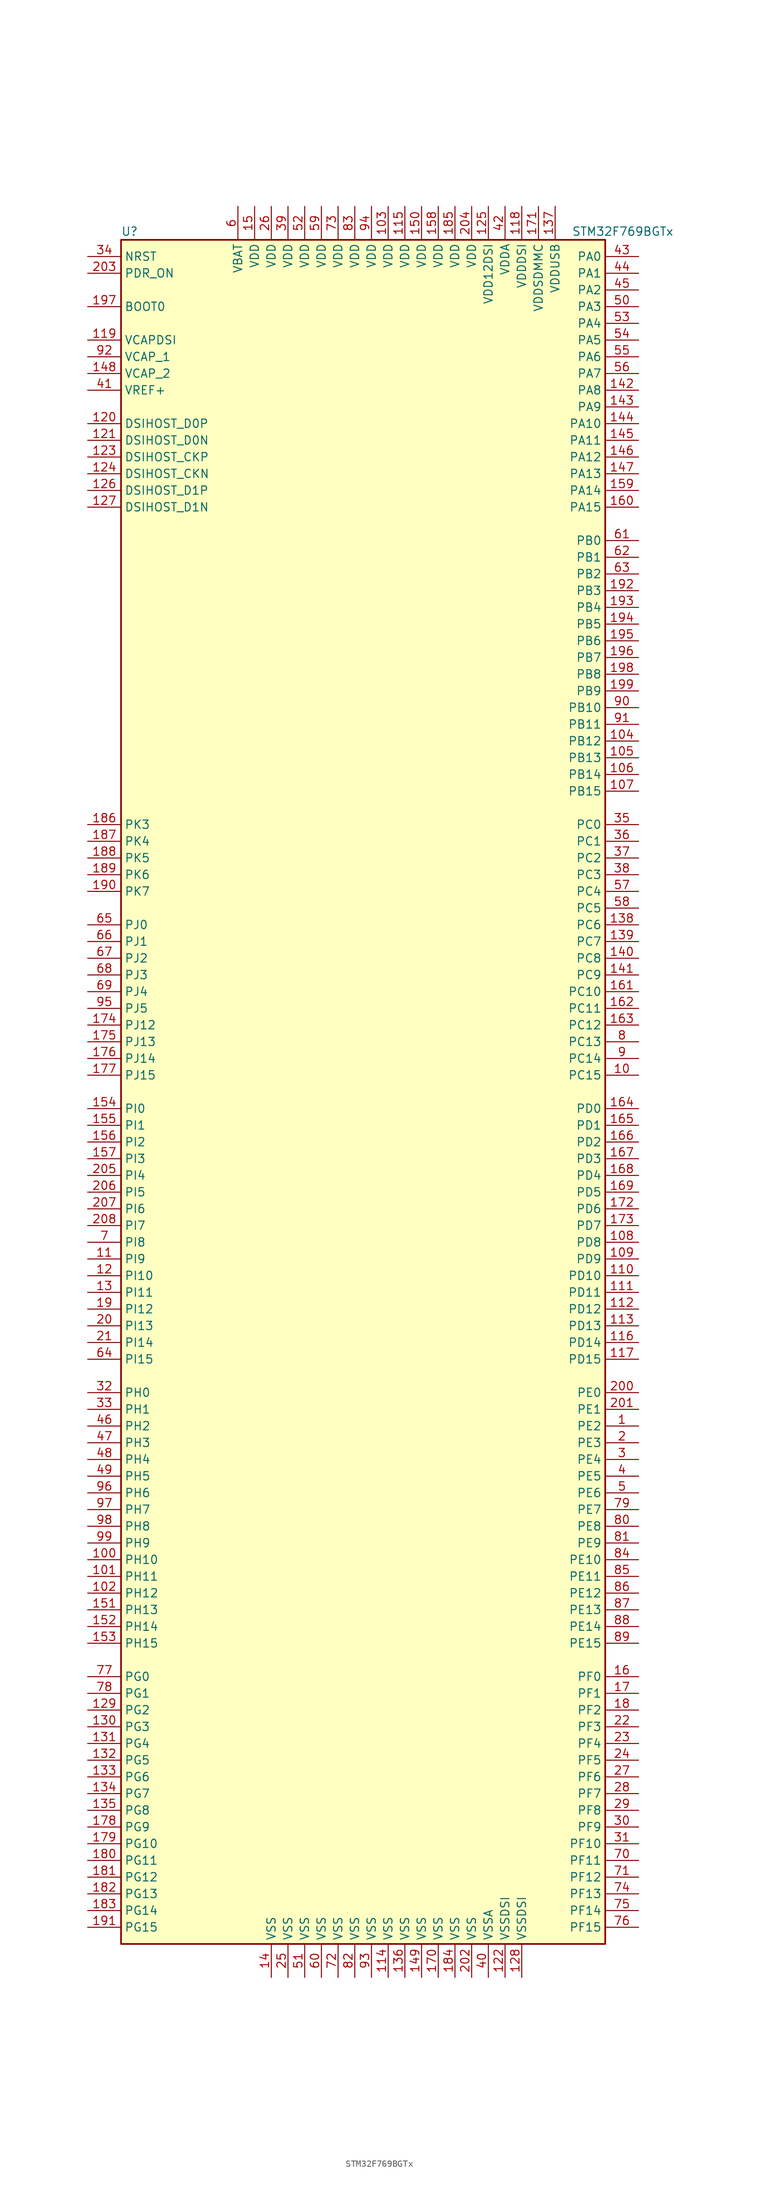
<source format=kicad_sym>
(kicad_symbol_lib
  (version 20201005)
  (generator kicad_symbol_editor)
  (symbol "STM32F769BGTx"
    (property "Reference" "U"
      (at -38.1 130.81 0)
      (effects (font (size 1.27 1.27)) (justify left)))
    (property "Value" "STM32F769BGTx"
      (at 30.48 130.81 0)
      (effects (font (size 1.27 1.27)) (justify left)))
    (symbol "STM32F769BGTx_0_1"
      (rectangle (start -38.1 -129.54) (end 35.56 129.54) (stroke (width 0.254)) (fill (type background))))
    (symbol "STM32F769BGTx_1_1"
      (pin input line (at -43.18 119.38 0) (length 5.08) (name "BOOT0" (effects (font (size 1.27 1.27)))) (number "197" (effects (font (size 1.27 1.27)))))
      (pin bidirectional line (at -43.18 93.98 0) (length 5.08) (name "DSIHOST_CKN" (effects (font (size 1.27 1.27)))) (number "124" (effects (font (size 1.27 1.27)))))
      (pin bidirectional line (at -43.18 96.52 0) (length 5.08) (name "DSIHOST_CKP" (effects (font (size 1.27 1.27)))) (number "123" (effects (font (size 1.27 1.27)))))
      (pin bidirectional line (at -43.18 99.06 0) (length 5.08) (name "DSIHOST_D0N" (effects (font (size 1.27 1.27)))) (number "121" (effects (font (size 1.27 1.27)))))
      (pin bidirectional line (at -43.18 101.6 0) (length 5.08) (name "DSIHOST_D0P" (effects (font (size 1.27 1.27)))) (number "120" (effects (font (size 1.27 1.27)))))
      (pin bidirectional line (at -43.18 88.9 0) (length 5.08) (name "DSIHOST_D1N" (effects (font (size 1.27 1.27)))) (number "127" (effects (font (size 1.27 1.27)))))
      (pin bidirectional line (at -43.18 91.44 0) (length 5.08) (name "DSIHOST_D1P" (effects (font (size 1.27 1.27)))) (number "126" (effects (font (size 1.27 1.27)))))
      (pin input line (at -43.18 127 0) (length 5.08) (name "NRST" (effects (font (size 1.27 1.27)))) (number "34" (effects (font (size 1.27 1.27)))))
      (pin bidirectional line (at 40.64 127 180) (length 5.08) (name "PA0" (effects (font (size 1.27 1.27)))) (number "43" (effects (font (size 1.27 1.27)))))
      (pin bidirectional line (at 40.64 124.46 180) (length 5.08) (name "PA1" (effects (font (size 1.27 1.27)))) (number "44" (effects (font (size 1.27 1.27)))))
      (pin bidirectional line (at 40.64 101.6 180) (length 5.08) (name "PA10" (effects (font (size 1.27 1.27)))) (number "144" (effects (font (size 1.27 1.27)))))
      (pin bidirectional line (at 40.64 99.06 180) (length 5.08) (name "PA11" (effects (font (size 1.27 1.27)))) (number "145" (effects (font (size 1.27 1.27)))))
      (pin bidirectional line (at 40.64 96.52 180) (length 5.08) (name "PA12" (effects (font (size 1.27 1.27)))) (number "146" (effects (font (size 1.27 1.27)))))
      (pin bidirectional line (at 40.64 93.98 180) (length 5.08) (name "PA13" (effects (font (size 1.27 1.27)))) (number "147" (effects (font (size 1.27 1.27)))))
      (pin bidirectional line (at 40.64 91.44 180) (length 5.08) (name "PA14" (effects (font (size 1.27 1.27)))) (number "159" (effects (font (size 1.27 1.27)))))
      (pin bidirectional line (at 40.64 88.9 180) (length 5.08) (name "PA15" (effects (font (size 1.27 1.27)))) (number "160" (effects (font (size 1.27 1.27)))))
      (pin bidirectional line (at 40.64 121.92 180) (length 5.08) (name "PA2" (effects (font (size 1.27 1.27)))) (number "45" (effects (font (size 1.27 1.27)))))
      (pin bidirectional line (at 40.64 119.38 180) (length 5.08) (name "PA3" (effects (font (size 1.27 1.27)))) (number "50" (effects (font (size 1.27 1.27)))))
      (pin bidirectional line (at 40.64 116.84 180) (length 5.08) (name "PA4" (effects (font (size 1.27 1.27)))) (number "53" (effects (font (size 1.27 1.27)))))
      (pin bidirectional line (at 40.64 114.3 180) (length 5.08) (name "PA5" (effects (font (size 1.27 1.27)))) (number "54" (effects (font (size 1.27 1.27)))))
      (pin bidirectional line (at 40.64 111.76 180) (length 5.08) (name "PA6" (effects (font (size 1.27 1.27)))) (number "55" (effects (font (size 1.27 1.27)))))
      (pin bidirectional line (at 40.64 109.22 180) (length 5.08) (name "PA7" (effects (font (size 1.27 1.27)))) (number "56" (effects (font (size 1.27 1.27)))))
      (pin bidirectional line (at 40.64 106.68 180) (length 5.08) (name "PA8" (effects (font (size 1.27 1.27)))) (number "142" (effects (font (size 1.27 1.27)))))
      (pin bidirectional line (at 40.64 104.14 180) (length 5.08) (name "PA9" (effects (font (size 1.27 1.27)))) (number "143" (effects (font (size 1.27 1.27)))))
      (pin bidirectional line (at 40.64 83.82 180) (length 5.08) (name "PB0" (effects (font (size 1.27 1.27)))) (number "61" (effects (font (size 1.27 1.27)))))
      (pin bidirectional line (at 40.64 81.28 180) (length 5.08) (name "PB1" (effects (font (size 1.27 1.27)))) (number "62" (effects (font (size 1.27 1.27)))))
      (pin bidirectional line (at 40.64 58.42 180) (length 5.08) (name "PB10" (effects (font (size 1.27 1.27)))) (number "90" (effects (font (size 1.27 1.27)))))
      (pin bidirectional line (at 40.64 55.88 180) (length 5.08) (name "PB11" (effects (font (size 1.27 1.27)))) (number "91" (effects (font (size 1.27 1.27)))))
      (pin bidirectional line (at 40.64 53.34 180) (length 5.08) (name "PB12" (effects (font (size 1.27 1.27)))) (number "104" (effects (font (size 1.27 1.27)))))
      (pin bidirectional line (at 40.64 50.8 180) (length 5.08) (name "PB13" (effects (font (size 1.27 1.27)))) (number "105" (effects (font (size 1.27 1.27)))))
      (pin bidirectional line (at 40.64 48.26 180) (length 5.08) (name "PB14" (effects (font (size 1.27 1.27)))) (number "106" (effects (font (size 1.27 1.27)))))
      (pin bidirectional line (at 40.64 45.72 180) (length 5.08) (name "PB15" (effects (font (size 1.27 1.27)))) (number "107" (effects (font (size 1.27 1.27)))))
      (pin bidirectional line (at 40.64 78.74 180) (length 5.08) (name "PB2" (effects (font (size 1.27 1.27)))) (number "63" (effects (font (size 1.27 1.27)))))
      (pin bidirectional line (at 40.64 76.2 180) (length 5.08) (name "PB3" (effects (font (size 1.27 1.27)))) (number "192" (effects (font (size 1.27 1.27)))))
      (pin bidirectional line (at 40.64 73.66 180) (length 5.08) (name "PB4" (effects (font (size 1.27 1.27)))) (number "193" (effects (font (size 1.27 1.27)))))
      (pin bidirectional line (at 40.64 71.12 180) (length 5.08) (name "PB5" (effects (font (size 1.27 1.27)))) (number "194" (effects (font (size 1.27 1.27)))))
      (pin bidirectional line (at 40.64 68.58 180) (length 5.08) (name "PB6" (effects (font (size 1.27 1.27)))) (number "195" (effects (font (size 1.27 1.27)))))
      (pin bidirectional line (at 40.64 66.04 180) (length 5.08) (name "PB7" (effects (font (size 1.27 1.27)))) (number "196" (effects (font (size 1.27 1.27)))))
      (pin bidirectional line (at 40.64 63.5 180) (length 5.08) (name "PB8" (effects (font (size 1.27 1.27)))) (number "198" (effects (font (size 1.27 1.27)))))
      (pin bidirectional line (at 40.64 60.96 180) (length 5.08) (name "PB9" (effects (font (size 1.27 1.27)))) (number "199" (effects (font (size 1.27 1.27)))))
      (pin bidirectional line (at 40.64 40.64 180) (length 5.08) (name "PC0" (effects (font (size 1.27 1.27)))) (number "35" (effects (font (size 1.27 1.27)))))
      (pin bidirectional line (at 40.64 38.1 180) (length 5.08) (name "PC1" (effects (font (size 1.27 1.27)))) (number "36" (effects (font (size 1.27 1.27)))))
      (pin bidirectional line (at 40.64 15.24 180) (length 5.08) (name "PC10" (effects (font (size 1.27 1.27)))) (number "161" (effects (font (size 1.27 1.27)))))
      (pin bidirectional line (at 40.64 12.7 180) (length 5.08) (name "PC11" (effects (font (size 1.27 1.27)))) (number "162" (effects (font (size 1.27 1.27)))))
      (pin bidirectional line (at 40.64 10.16 180) (length 5.08) (name "PC12" (effects (font (size 1.27 1.27)))) (number "163" (effects (font (size 1.27 1.27)))))
      (pin bidirectional line (at 40.64 7.62 180) (length 5.08) (name "PC13" (effects (font (size 1.27 1.27)))) (number "8" (effects (font (size 1.27 1.27)))))
      (pin bidirectional line (at 40.64 5.08 180) (length 5.08) (name "PC14" (effects (font (size 1.27 1.27)))) (number "9" (effects (font (size 1.27 1.27)))))
      (pin bidirectional line (at 40.64 2.54 180) (length 5.08) (name "PC15" (effects (font (size 1.27 1.27)))) (number "10" (effects (font (size 1.27 1.27)))))
      (pin bidirectional line (at 40.64 35.56 180) (length 5.08) (name "PC2" (effects (font (size 1.27 1.27)))) (number "37" (effects (font (size 1.27 1.27)))))
      (pin bidirectional line (at 40.64 33.02 180) (length 5.08) (name "PC3" (effects (font (size 1.27 1.27)))) (number "38" (effects (font (size 1.27 1.27)))))
      (pin bidirectional line (at 40.64 30.48 180) (length 5.08) (name "PC4" (effects (font (size 1.27 1.27)))) (number "57" (effects (font (size 1.27 1.27)))))
      (pin bidirectional line (at 40.64 27.94 180) (length 5.08) (name "PC5" (effects (font (size 1.27 1.27)))) (number "58" (effects (font (size 1.27 1.27)))))
      (pin bidirectional line (at 40.64 25.4 180) (length 5.08) (name "PC6" (effects (font (size 1.27 1.27)))) (number "138" (effects (font (size 1.27 1.27)))))
      (pin bidirectional line (at 40.64 22.86 180) (length 5.08) (name "PC7" (effects (font (size 1.27 1.27)))) (number "139" (effects (font (size 1.27 1.27)))))
      (pin bidirectional line (at 40.64 20.32 180) (length 5.08) (name "PC8" (effects (font (size 1.27 1.27)))) (number "140" (effects (font (size 1.27 1.27)))))
      (pin bidirectional line (at 40.64 17.78 180) (length 5.08) (name "PC9" (effects (font (size 1.27 1.27)))) (number "141" (effects (font (size 1.27 1.27)))))
      (pin bidirectional line (at 40.64 -2.54 180) (length 5.08) (name "PD0" (effects (font (size 1.27 1.27)))) (number "164" (effects (font (size 1.27 1.27)))))
      (pin bidirectional line (at 40.64 -5.08 180) (length 5.08) (name "PD1" (effects (font (size 1.27 1.27)))) (number "165" (effects (font (size 1.27 1.27)))))
      (pin bidirectional line (at 40.64 -27.94 180) (length 5.08) (name "PD10" (effects (font (size 1.27 1.27)))) (number "110" (effects (font (size 1.27 1.27)))))
      (pin bidirectional line (at 40.64 -30.48 180) (length 5.08) (name "PD11" (effects (font (size 1.27 1.27)))) (number "111" (effects (font (size 1.27 1.27)))))
      (pin bidirectional line (at 40.64 -33.02 180) (length 5.08) (name "PD12" (effects (font (size 1.27 1.27)))) (number "112" (effects (font (size 1.27 1.27)))))
      (pin bidirectional line (at 40.64 -35.56 180) (length 5.08) (name "PD13" (effects (font (size 1.27 1.27)))) (number "113" (effects (font (size 1.27 1.27)))))
      (pin bidirectional line (at 40.64 -38.1 180) (length 5.08) (name "PD14" (effects (font (size 1.27 1.27)))) (number "116" (effects (font (size 1.27 1.27)))))
      (pin bidirectional line (at 40.64 -40.64 180) (length 5.08) (name "PD15" (effects (font (size 1.27 1.27)))) (number "117" (effects (font (size 1.27 1.27)))))
      (pin bidirectional line (at 40.64 -7.62 180) (length 5.08) (name "PD2" (effects (font (size 1.27 1.27)))) (number "166" (effects (font (size 1.27 1.27)))))
      (pin bidirectional line (at 40.64 -10.16 180) (length 5.08) (name "PD3" (effects (font (size 1.27 1.27)))) (number "167" (effects (font (size 1.27 1.27)))))
      (pin bidirectional line (at 40.64 -12.7 180) (length 5.08) (name "PD4" (effects (font (size 1.27 1.27)))) (number "168" (effects (font (size 1.27 1.27)))))
      (pin bidirectional line (at 40.64 -15.24 180) (length 5.08) (name "PD5" (effects (font (size 1.27 1.27)))) (number "169" (effects (font (size 1.27 1.27)))))
      (pin bidirectional line (at 40.64 -17.78 180) (length 5.08) (name "PD6" (effects (font (size 1.27 1.27)))) (number "172" (effects (font (size 1.27 1.27)))))
      (pin bidirectional line (at 40.64 -20.32 180) (length 5.08) (name "PD7" (effects (font (size 1.27 1.27)))) (number "173" (effects (font (size 1.27 1.27)))))
      (pin bidirectional line (at 40.64 -22.86 180) (length 5.08) (name "PD8" (effects (font (size 1.27 1.27)))) (number "108" (effects (font (size 1.27 1.27)))))
      (pin bidirectional line (at 40.64 -25.4 180) (length 5.08) (name "PD9" (effects (font (size 1.27 1.27)))) (number "109" (effects (font (size 1.27 1.27)))))
      (pin input line (at -43.18 124.46 0) (length 5.08) (name "PDR_ON" (effects (font (size 1.27 1.27)))) (number "203" (effects (font (size 1.27 1.27)))))
      (pin bidirectional line (at 40.64 -45.72 180) (length 5.08) (name "PE0" (effects (font (size 1.27 1.27)))) (number "200" (effects (font (size 1.27 1.27)))))
      (pin bidirectional line (at 40.64 -48.26 180) (length 5.08) (name "PE1" (effects (font (size 1.27 1.27)))) (number "201" (effects (font (size 1.27 1.27)))))
      (pin bidirectional line (at 40.64 -71.12 180) (length 5.08) (name "PE10" (effects (font (size 1.27 1.27)))) (number "84" (effects (font (size 1.27 1.27)))))
      (pin bidirectional line (at 40.64 -73.66 180) (length 5.08) (name "PE11" (effects (font (size 1.27 1.27)))) (number "85" (effects (font (size 1.27 1.27)))))
      (pin bidirectional line (at 40.64 -76.2 180) (length 5.08) (name "PE12" (effects (font (size 1.27 1.27)))) (number "86" (effects (font (size 1.27 1.27)))))
      (pin bidirectional line (at 40.64 -78.74 180) (length 5.08) (name "PE13" (effects (font (size 1.27 1.27)))) (number "87" (effects (font (size 1.27 1.27)))))
      (pin bidirectional line (at 40.64 -81.28 180) (length 5.08) (name "PE14" (effects (font (size 1.27 1.27)))) (number "88" (effects (font (size 1.27 1.27)))))
      (pin bidirectional line (at 40.64 -83.82 180) (length 5.08) (name "PE15" (effects (font (size 1.27 1.27)))) (number "89" (effects (font (size 1.27 1.27)))))
      (pin bidirectional line (at 40.64 -50.8 180) (length 5.08) (name "PE2" (effects (font (size 1.27 1.27)))) (number "1" (effects (font (size 1.27 1.27)))))
      (pin bidirectional line (at 40.64 -53.34 180) (length 5.08) (name "PE3" (effects (font (size 1.27 1.27)))) (number "2" (effects (font (size 1.27 1.27)))))
      (pin bidirectional line (at 40.64 -55.88 180) (length 5.08) (name "PE4" (effects (font (size 1.27 1.27)))) (number "3" (effects (font (size 1.27 1.27)))))
      (pin bidirectional line (at 40.64 -58.42 180) (length 5.08) (name "PE5" (effects (font (size 1.27 1.27)))) (number "4" (effects (font (size 1.27 1.27)))))
      (pin bidirectional line (at 40.64 -60.96 180) (length 5.08) (name "PE6" (effects (font (size 1.27 1.27)))) (number "5" (effects (font (size 1.27 1.27)))))
      (pin bidirectional line (at 40.64 -63.5 180) (length 5.08) (name "PE7" (effects (font (size 1.27 1.27)))) (number "79" (effects (font (size 1.27 1.27)))))
      (pin bidirectional line (at 40.64 -66.04 180) (length 5.08) (name "PE8" (effects (font (size 1.27 1.27)))) (number "80" (effects (font (size 1.27 1.27)))))
      (pin bidirectional line (at 40.64 -68.58 180) (length 5.08) (name "PE9" (effects (font (size 1.27 1.27)))) (number "81" (effects (font (size 1.27 1.27)))))
      (pin bidirectional line (at 40.64 -88.9 180) (length 5.08) (name "PF0" (effects (font (size 1.27 1.27)))) (number "16" (effects (font (size 1.27 1.27)))))
      (pin bidirectional line (at 40.64 -91.44 180) (length 5.08) (name "PF1" (effects (font (size 1.27 1.27)))) (number "17" (effects (font (size 1.27 1.27)))))
      (pin bidirectional line (at 40.64 -114.3 180) (length 5.08) (name "PF10" (effects (font (size 1.27 1.27)))) (number "31" (effects (font (size 1.27 1.27)))))
      (pin bidirectional line (at 40.64 -116.84 180) (length 5.08) (name "PF11" (effects (font (size 1.27 1.27)))) (number "70" (effects (font (size 1.27 1.27)))))
      (pin bidirectional line (at 40.64 -119.38 180) (length 5.08) (name "PF12" (effects (font (size 1.27 1.27)))) (number "71" (effects (font (size 1.27 1.27)))))
      (pin bidirectional line (at 40.64 -121.92 180) (length 5.08) (name "PF13" (effects (font (size 1.27 1.27)))) (number "74" (effects (font (size 1.27 1.27)))))
      (pin bidirectional line (at 40.64 -124.46 180) (length 5.08) (name "PF14" (effects (font (size 1.27 1.27)))) (number "75" (effects (font (size 1.27 1.27)))))
      (pin bidirectional line (at 40.64 -127 180) (length 5.08) (name "PF15" (effects (font (size 1.27 1.27)))) (number "76" (effects (font (size 1.27 1.27)))))
      (pin bidirectional line (at 40.64 -93.98 180) (length 5.08) (name "PF2" (effects (font (size 1.27 1.27)))) (number "18" (effects (font (size 1.27 1.27)))))
      (pin bidirectional line (at 40.64 -96.52 180) (length 5.08) (name "PF3" (effects (font (size 1.27 1.27)))) (number "22" (effects (font (size 1.27 1.27)))))
      (pin bidirectional line (at 40.64 -99.06 180) (length 5.08) (name "PF4" (effects (font (size 1.27 1.27)))) (number "23" (effects (font (size 1.27 1.27)))))
      (pin bidirectional line (at 40.64 -101.6 180) (length 5.08) (name "PF5" (effects (font (size 1.27 1.27)))) (number "24" (effects (font (size 1.27 1.27)))))
      (pin bidirectional line (at 40.64 -104.14 180) (length 5.08) (name "PF6" (effects (font (size 1.27 1.27)))) (number "27" (effects (font (size 1.27 1.27)))))
      (pin bidirectional line (at 40.64 -106.68 180) (length 5.08) (name "PF7" (effects (font (size 1.27 1.27)))) (number "28" (effects (font (size 1.27 1.27)))))
      (pin bidirectional line (at 40.64 -109.22 180) (length 5.08) (name "PF8" (effects (font (size 1.27 1.27)))) (number "29" (effects (font (size 1.27 1.27)))))
      (pin bidirectional line (at 40.64 -111.76 180) (length 5.08) (name "PF9" (effects (font (size 1.27 1.27)))) (number "30" (effects (font (size 1.27 1.27)))))
      (pin bidirectional line (at -43.18 -88.9 0) (length 5.08) (name "PG0" (effects (font (size 1.27 1.27)))) (number "77" (effects (font (size 1.27 1.27)))))
      (pin bidirectional line (at -43.18 -91.44 0) (length 5.08) (name "PG1" (effects (font (size 1.27 1.27)))) (number "78" (effects (font (size 1.27 1.27)))))
      (pin bidirectional line (at -43.18 -114.3 0) (length 5.08) (name "PG10" (effects (font (size 1.27 1.27)))) (number "179" (effects (font (size 1.27 1.27)))))
      (pin bidirectional line (at -43.18 -116.84 0) (length 5.08) (name "PG11" (effects (font (size 1.27 1.27)))) (number "180" (effects (font (size 1.27 1.27)))))
      (pin bidirectional line (at -43.18 -119.38 0) (length 5.08) (name "PG12" (effects (font (size 1.27 1.27)))) (number "181" (effects (font (size 1.27 1.27)))))
      (pin bidirectional line (at -43.18 -121.92 0) (length 5.08) (name "PG13" (effects (font (size 1.27 1.27)))) (number "182" (effects (font (size 1.27 1.27)))))
      (pin bidirectional line (at -43.18 -124.46 0) (length 5.08) (name "PG14" (effects (font (size 1.27 1.27)))) (number "183" (effects (font (size 1.27 1.27)))))
      (pin bidirectional line (at -43.18 -127 0) (length 5.08) (name "PG15" (effects (font (size 1.27 1.27)))) (number "191" (effects (font (size 1.27 1.27)))))
      (pin bidirectional line (at -43.18 -93.98 0) (length 5.08) (name "PG2" (effects (font (size 1.27 1.27)))) (number "129" (effects (font (size 1.27 1.27)))))
      (pin bidirectional line (at -43.18 -96.52 0) (length 5.08) (name "PG3" (effects (font (size 1.27 1.27)))) (number "130" (effects (font (size 1.27 1.27)))))
      (pin bidirectional line (at -43.18 -99.06 0) (length 5.08) (name "PG4" (effects (font (size 1.27 1.27)))) (number "131" (effects (font (size 1.27 1.27)))))
      (pin bidirectional line (at -43.18 -101.6 0) (length 5.08) (name "PG5" (effects (font (size 1.27 1.27)))) (number "132" (effects (font (size 1.27 1.27)))))
      (pin bidirectional line (at -43.18 -104.14 0) (length 5.08) (name "PG6" (effects (font (size 1.27 1.27)))) (number "133" (effects (font (size 1.27 1.27)))))
      (pin bidirectional line (at -43.18 -106.68 0) (length 5.08) (name "PG7" (effects (font (size 1.27 1.27)))) (number "134" (effects (font (size 1.27 1.27)))))
      (pin bidirectional line (at -43.18 -109.22 0) (length 5.08) (name "PG8" (effects (font (size 1.27 1.27)))) (number "135" (effects (font (size 1.27 1.27)))))
      (pin bidirectional line (at -43.18 -111.76 0) (length 5.08) (name "PG9" (effects (font (size 1.27 1.27)))) (number "178" (effects (font (size 1.27 1.27)))))
      (pin input line (at -43.18 -45.72 0) (length 5.08) (name "PH0" (effects (font (size 1.27 1.27)))) (number "32" (effects (font (size 1.27 1.27)))))
      (pin input line (at -43.18 -48.26 0) (length 5.08) (name "PH1" (effects (font (size 1.27 1.27)))) (number "33" (effects (font (size 1.27 1.27)))))
      (pin bidirectional line (at -43.18 -71.12 0) (length 5.08) (name "PH10" (effects (font (size 1.27 1.27)))) (number "100" (effects (font (size 1.27 1.27)))))
      (pin bidirectional line (at -43.18 -73.66 0) (length 5.08) (name "PH11" (effects (font (size 1.27 1.27)))) (number "101" (effects (font (size 1.27 1.27)))))
      (pin bidirectional line (at -43.18 -76.2 0) (length 5.08) (name "PH12" (effects (font (size 1.27 1.27)))) (number "102" (effects (font (size 1.27 1.27)))))
      (pin bidirectional line (at -43.18 -78.74 0) (length 5.08) (name "PH13" (effects (font (size 1.27 1.27)))) (number "151" (effects (font (size 1.27 1.27)))))
      (pin bidirectional line (at -43.18 -81.28 0) (length 5.08) (name "PH14" (effects (font (size 1.27 1.27)))) (number "152" (effects (font (size 1.27 1.27)))))
      (pin bidirectional line (at -43.18 -83.82 0) (length 5.08) (name "PH15" (effects (font (size 1.27 1.27)))) (number "153" (effects (font (size 1.27 1.27)))))
      (pin bidirectional line (at -43.18 -50.8 0) (length 5.08) (name "PH2" (effects (font (size 1.27 1.27)))) (number "46" (effects (font (size 1.27 1.27)))))
      (pin bidirectional line (at -43.18 -53.34 0) (length 5.08) (name "PH3" (effects (font (size 1.27 1.27)))) (number "47" (effects (font (size 1.27 1.27)))))
      (pin bidirectional line (at -43.18 -55.88 0) (length 5.08) (name "PH4" (effects (font (size 1.27 1.27)))) (number "48" (effects (font (size 1.27 1.27)))))
      (pin bidirectional line (at -43.18 -58.42 0) (length 5.08) (name "PH5" (effects (font (size 1.27 1.27)))) (number "49" (effects (font (size 1.27 1.27)))))
      (pin bidirectional line (at -43.18 -60.96 0) (length 5.08) (name "PH6" (effects (font (size 1.27 1.27)))) (number "96" (effects (font (size 1.27 1.27)))))
      (pin bidirectional line (at -43.18 -63.5 0) (length 5.08) (name "PH7" (effects (font (size 1.27 1.27)))) (number "97" (effects (font (size 1.27 1.27)))))
      (pin bidirectional line (at -43.18 -66.04 0) (length 5.08) (name "PH8" (effects (font (size 1.27 1.27)))) (number "98" (effects (font (size 1.27 1.27)))))
      (pin bidirectional line (at -43.18 -68.58 0) (length 5.08) (name "PH9" (effects (font (size 1.27 1.27)))) (number "99" (effects (font (size 1.27 1.27)))))
      (pin bidirectional line (at -43.18 -2.54 0) (length 5.08) (name "PI0" (effects (font (size 1.27 1.27)))) (number "154" (effects (font (size 1.27 1.27)))))
      (pin bidirectional line (at -43.18 -5.08 0) (length 5.08) (name "PI1" (effects (font (size 1.27 1.27)))) (number "155" (effects (font (size 1.27 1.27)))))
      (pin bidirectional line (at -43.18 -27.94 0) (length 5.08) (name "PI10" (effects (font (size 1.27 1.27)))) (number "12" (effects (font (size 1.27 1.27)))))
      (pin bidirectional line (at -43.18 -30.48 0) (length 5.08) (name "PI11" (effects (font (size 1.27 1.27)))) (number "13" (effects (font (size 1.27 1.27)))))
      (pin bidirectional line (at -43.18 -33.02 0) (length 5.08) (name "PI12" (effects (font (size 1.27 1.27)))) (number "19" (effects (font (size 1.27 1.27)))))
      (pin bidirectional line (at -43.18 -35.56 0) (length 5.08) (name "PI13" (effects (font (size 1.27 1.27)))) (number "20" (effects (font (size 1.27 1.27)))))
      (pin bidirectional line (at -43.18 -38.1 0) (length 5.08) (name "PI14" (effects (font (size 1.27 1.27)))) (number "21" (effects (font (size 1.27 1.27)))))
      (pin bidirectional line (at -43.18 -40.64 0) (length 5.08) (name "PI15" (effects (font (size 1.27 1.27)))) (number "64" (effects (font (size 1.27 1.27)))))
      (pin bidirectional line (at -43.18 -7.62 0) (length 5.08) (name "PI2" (effects (font (size 1.27 1.27)))) (number "156" (effects (font (size 1.27 1.27)))))
      (pin bidirectional line (at -43.18 -10.16 0) (length 5.08) (name "PI3" (effects (font (size 1.27 1.27)))) (number "157" (effects (font (size 1.27 1.27)))))
      (pin bidirectional line (at -43.18 -12.7 0) (length 5.08) (name "PI4" (effects (font (size 1.27 1.27)))) (number "205" (effects (font (size 1.27 1.27)))))
      (pin bidirectional line (at -43.18 -15.24 0) (length 5.08) (name "PI5" (effects (font (size 1.27 1.27)))) (number "206" (effects (font (size 1.27 1.27)))))
      (pin bidirectional line (at -43.18 -17.78 0) (length 5.08) (name "PI6" (effects (font (size 1.27 1.27)))) (number "207" (effects (font (size 1.27 1.27)))))
      (pin bidirectional line (at -43.18 -20.32 0) (length 5.08) (name "PI7" (effects (font (size 1.27 1.27)))) (number "208" (effects (font (size 1.27 1.27)))))
      (pin bidirectional line (at -43.18 -22.86 0) (length 5.08) (name "PI8" (effects (font (size 1.27 1.27)))) (number "7" (effects (font (size 1.27 1.27)))))
      (pin bidirectional line (at -43.18 -25.4 0) (length 5.08) (name "PI9" (effects (font (size 1.27 1.27)))) (number "11" (effects (font (size 1.27 1.27)))))
      (pin bidirectional line (at -43.18 25.4 0) (length 5.08) (name "PJ0" (effects (font (size 1.27 1.27)))) (number "65" (effects (font (size 1.27 1.27)))))
      (pin bidirectional line (at -43.18 22.86 0) (length 5.08) (name "PJ1" (effects (font (size 1.27 1.27)))) (number "66" (effects (font (size 1.27 1.27)))))
      (pin bidirectional line (at -43.18 10.16 0) (length 5.08) (name "PJ12" (effects (font (size 1.27 1.27)))) (number "174" (effects (font (size 1.27 1.27)))))
      (pin bidirectional line (at -43.18 7.62 0) (length 5.08) (name "PJ13" (effects (font (size 1.27 1.27)))) (number "175" (effects (font (size 1.27 1.27)))))
      (pin bidirectional line (at -43.18 5.08 0) (length 5.08) (name "PJ14" (effects (font (size 1.27 1.27)))) (number "176" (effects (font (size 1.27 1.27)))))
      (pin bidirectional line (at -43.18 2.54 0) (length 5.08) (name "PJ15" (effects (font (size 1.27 1.27)))) (number "177" (effects (font (size 1.27 1.27)))))
      (pin bidirectional line (at -43.18 20.32 0) (length 5.08) (name "PJ2" (effects (font (size 1.27 1.27)))) (number "67" (effects (font (size 1.27 1.27)))))
      (pin bidirectional line (at -43.18 17.78 0) (length 5.08) (name "PJ3" (effects (font (size 1.27 1.27)))) (number "68" (effects (font (size 1.27 1.27)))))
      (pin bidirectional line (at -43.18 15.24 0) (length 5.08) (name "PJ4" (effects (font (size 1.27 1.27)))) (number "69" (effects (font (size 1.27 1.27)))))
      (pin bidirectional line (at -43.18 12.7 0) (length 5.08) (name "PJ5" (effects (font (size 1.27 1.27)))) (number "95" (effects (font (size 1.27 1.27)))))
      (pin bidirectional line (at -43.18 40.64 0) (length 5.08) (name "PK3" (effects (font (size 1.27 1.27)))) (number "186" (effects (font (size 1.27 1.27)))))
      (pin bidirectional line (at -43.18 38.1 0) (length 5.08) (name "PK4" (effects (font (size 1.27 1.27)))) (number "187" (effects (font (size 1.27 1.27)))))
      (pin bidirectional line (at -43.18 35.56 0) (length 5.08) (name "PK5" (effects (font (size 1.27 1.27)))) (number "188" (effects (font (size 1.27 1.27)))))
      (pin bidirectional line (at -43.18 33.02 0) (length 5.08) (name "PK6" (effects (font (size 1.27 1.27)))) (number "189" (effects (font (size 1.27 1.27)))))
      (pin bidirectional line (at -43.18 30.48 0) (length 5.08) (name "PK7" (effects (font (size 1.27 1.27)))) (number "190" (effects (font (size 1.27 1.27)))))
      (pin power_in line (at -20.32 134.62 270) (length 5.08) (name "VBAT" (effects (font (size 1.27 1.27)))) (number "6" (effects (font (size 1.27 1.27)))))
      (pin power_in line (at -43.18 114.3 0) (length 5.08) (name "VCAPDSI" (effects (font (size 1.27 1.27)))) (number "119" (effects (font (size 1.27 1.27)))))
      (pin power_in line (at -43.18 111.76 0) (length 5.08) (name "VCAP_1" (effects (font (size 1.27 1.27)))) (number "92" (effects (font (size 1.27 1.27)))))
      (pin power_in line (at -43.18 109.22 0) (length 5.08) (name "VCAP_2" (effects (font (size 1.27 1.27)))) (number "148" (effects (font (size 1.27 1.27)))))
      (pin power_in line (at 2.54 134.62 270) (length 5.08) (name "VDD" (effects (font (size 1.27 1.27)))) (number "103" (effects (font (size 1.27 1.27)))))
      (pin power_in line (at 5.08 134.62 270) (length 5.08) (name "VDD" (effects (font (size 1.27 1.27)))) (number "115" (effects (font (size 1.27 1.27)))))
      (pin power_in line (at -17.78 134.62 270) (length 5.08) (name "VDD" (effects (font (size 1.27 1.27)))) (number "15" (effects (font (size 1.27 1.27)))))
      (pin power_in line (at 7.62 134.62 270) (length 5.08) (name "VDD" (effects (font (size 1.27 1.27)))) (number "150" (effects (font (size 1.27 1.27)))))
      (pin power_in line (at 10.16 134.62 270) (length 5.08) (name "VDD" (effects (font (size 1.27 1.27)))) (number "158" (effects (font (size 1.27 1.27)))))
      (pin power_in line (at 12.7 134.62 270) (length 5.08) (name "VDD" (effects (font (size 1.27 1.27)))) (number "185" (effects (font (size 1.27 1.27)))))
      (pin power_in line (at 15.24 134.62 270) (length 5.08) (name "VDD" (effects (font (size 1.27 1.27)))) (number "204" (effects (font (size 1.27 1.27)))))
      (pin power_in line (at -15.24 134.62 270) (length 5.08) (name "VDD" (effects (font (size 1.27 1.27)))) (number "26" (effects (font (size 1.27 1.27)))))
      (pin power_in line (at -12.7 134.62 270) (length 5.08) (name "VDD" (effects (font (size 1.27 1.27)))) (number "39" (effects (font (size 1.27 1.27)))))
      (pin power_in line (at -10.16 134.62 270) (length 5.08) (name "VDD" (effects (font (size 1.27 1.27)))) (number "52" (effects (font (size 1.27 1.27)))))
      (pin power_in line (at -7.62 134.62 270) (length 5.08) (name "VDD" (effects (font (size 1.27 1.27)))) (number "59" (effects (font (size 1.27 1.27)))))
      (pin power_in line (at -5.08 134.62 270) (length 5.08) (name "VDD" (effects (font (size 1.27 1.27)))) (number "73" (effects (font (size 1.27 1.27)))))
      (pin power_in line (at -2.54 134.62 270) (length 5.08) (name "VDD" (effects (font (size 1.27 1.27)))) (number "83" (effects (font (size 1.27 1.27)))))
      (pin power_in line (at 0 134.62 270) (length 5.08) (name "VDD" (effects (font (size 1.27 1.27)))) (number "94" (effects (font (size 1.27 1.27)))))
      (pin power_in line (at 17.78 134.62 270) (length 5.08) (name "VDD12DSI" (effects (font (size 1.27 1.27)))) (number "125" (effects (font (size 1.27 1.27)))))
      (pin power_in line (at 20.32 134.62 270) (length 5.08) (name "VDDA" (effects (font (size 1.27 1.27)))) (number "42" (effects (font (size 1.27 1.27)))))
      (pin power_in line (at 22.86 134.62 270) (length 5.08) (name "VDDDSI" (effects (font (size 1.27 1.27)))) (number "118" (effects (font (size 1.27 1.27)))))
      (pin power_in line (at 25.4 134.62 270) (length 5.08) (name "VDDSDMMC" (effects (font (size 1.27 1.27)))) (number "171" (effects (font (size 1.27 1.27)))))
      (pin power_in line (at 27.94 134.62 270) (length 5.08) (name "VDDUSB" (effects (font (size 1.27 1.27)))) (number "137" (effects (font (size 1.27 1.27)))))
      (pin power_in line (at -43.18 106.68 0) (length 5.08) (name "VREF+" (effects (font (size 1.27 1.27)))) (number "41" (effects (font (size 1.27 1.27)))))
      (pin power_in line (at 2.54 -134.62 90) (length 5.08) (name "VSS" (effects (font (size 1.27 1.27)))) (number "114" (effects (font (size 1.27 1.27)))))
      (pin power_in line (at 5.08 -134.62 90) (length 5.08) (name "VSS" (effects (font (size 1.27 1.27)))) (number "136" (effects (font (size 1.27 1.27)))))
      (pin power_in line (at -15.24 -134.62 90) (length 5.08) (name "VSS" (effects (font (size 1.27 1.27)))) (number "14" (effects (font (size 1.27 1.27)))))
      (pin power_in line (at 7.62 -134.62 90) (length 5.08) (name "VSS" (effects (font (size 1.27 1.27)))) (number "149" (effects (font (size 1.27 1.27)))))
      (pin power_in line (at 10.16 -134.62 90) (length 5.08) (name "VSS" (effects (font (size 1.27 1.27)))) (number "170" (effects (font (size 1.27 1.27)))))
      (pin power_in line (at 12.7 -134.62 90) (length 5.08) (name "VSS" (effects (font (size 1.27 1.27)))) (number "184" (effects (font (size 1.27 1.27)))))
      (pin power_in line (at 15.24 -134.62 90) (length 5.08) (name "VSS" (effects (font (size 1.27 1.27)))) (number "202" (effects (font (size 1.27 1.27)))))
      (pin power_in line (at -12.7 -134.62 90) (length 5.08) (name "VSS" (effects (font (size 1.27 1.27)))) (number "25" (effects (font (size 1.27 1.27)))))
      (pin power_in line (at -10.16 -134.62 90) (length 5.08) (name "VSS" (effects (font (size 1.27 1.27)))) (number "51" (effects (font (size 1.27 1.27)))))
      (pin power_in line (at -7.62 -134.62 90) (length 5.08) (name "VSS" (effects (font (size 1.27 1.27)))) (number "60" (effects (font (size 1.27 1.27)))))
      (pin power_in line (at -5.08 -134.62 90) (length 5.08) (name "VSS" (effects (font (size 1.27 1.27)))) (number "72" (effects (font (size 1.27 1.27)))))
      (pin power_in line (at -2.54 -134.62 90) (length 5.08) (name "VSS" (effects (font (size 1.27 1.27)))) (number "82" (effects (font (size 1.27 1.27)))))
      (pin power_in line (at 0 -134.62 90) (length 5.08) (name "VSS" (effects (font (size 1.27 1.27)))) (number "93" (effects (font (size 1.27 1.27)))))
      (pin power_in line (at 17.78 -134.62 90) (length 5.08) (name "VSSA" (effects (font (size 1.27 1.27)))) (number "40" (effects (font (size 1.27 1.27)))))
      (pin power_in line (at 20.32 -134.62 90) (length 5.08) (name "VSSDSI" (effects (font (size 1.27 1.27)))) (number "122" (effects (font (size 1.27 1.27)))))
      (pin power_in line (at 22.86 -134.62 90) (length 5.08) (name "VSSDSI" (effects (font (size 1.27 1.27)))) (number "128" (effects (font (size 1.27 1.27))))))))
</source>
